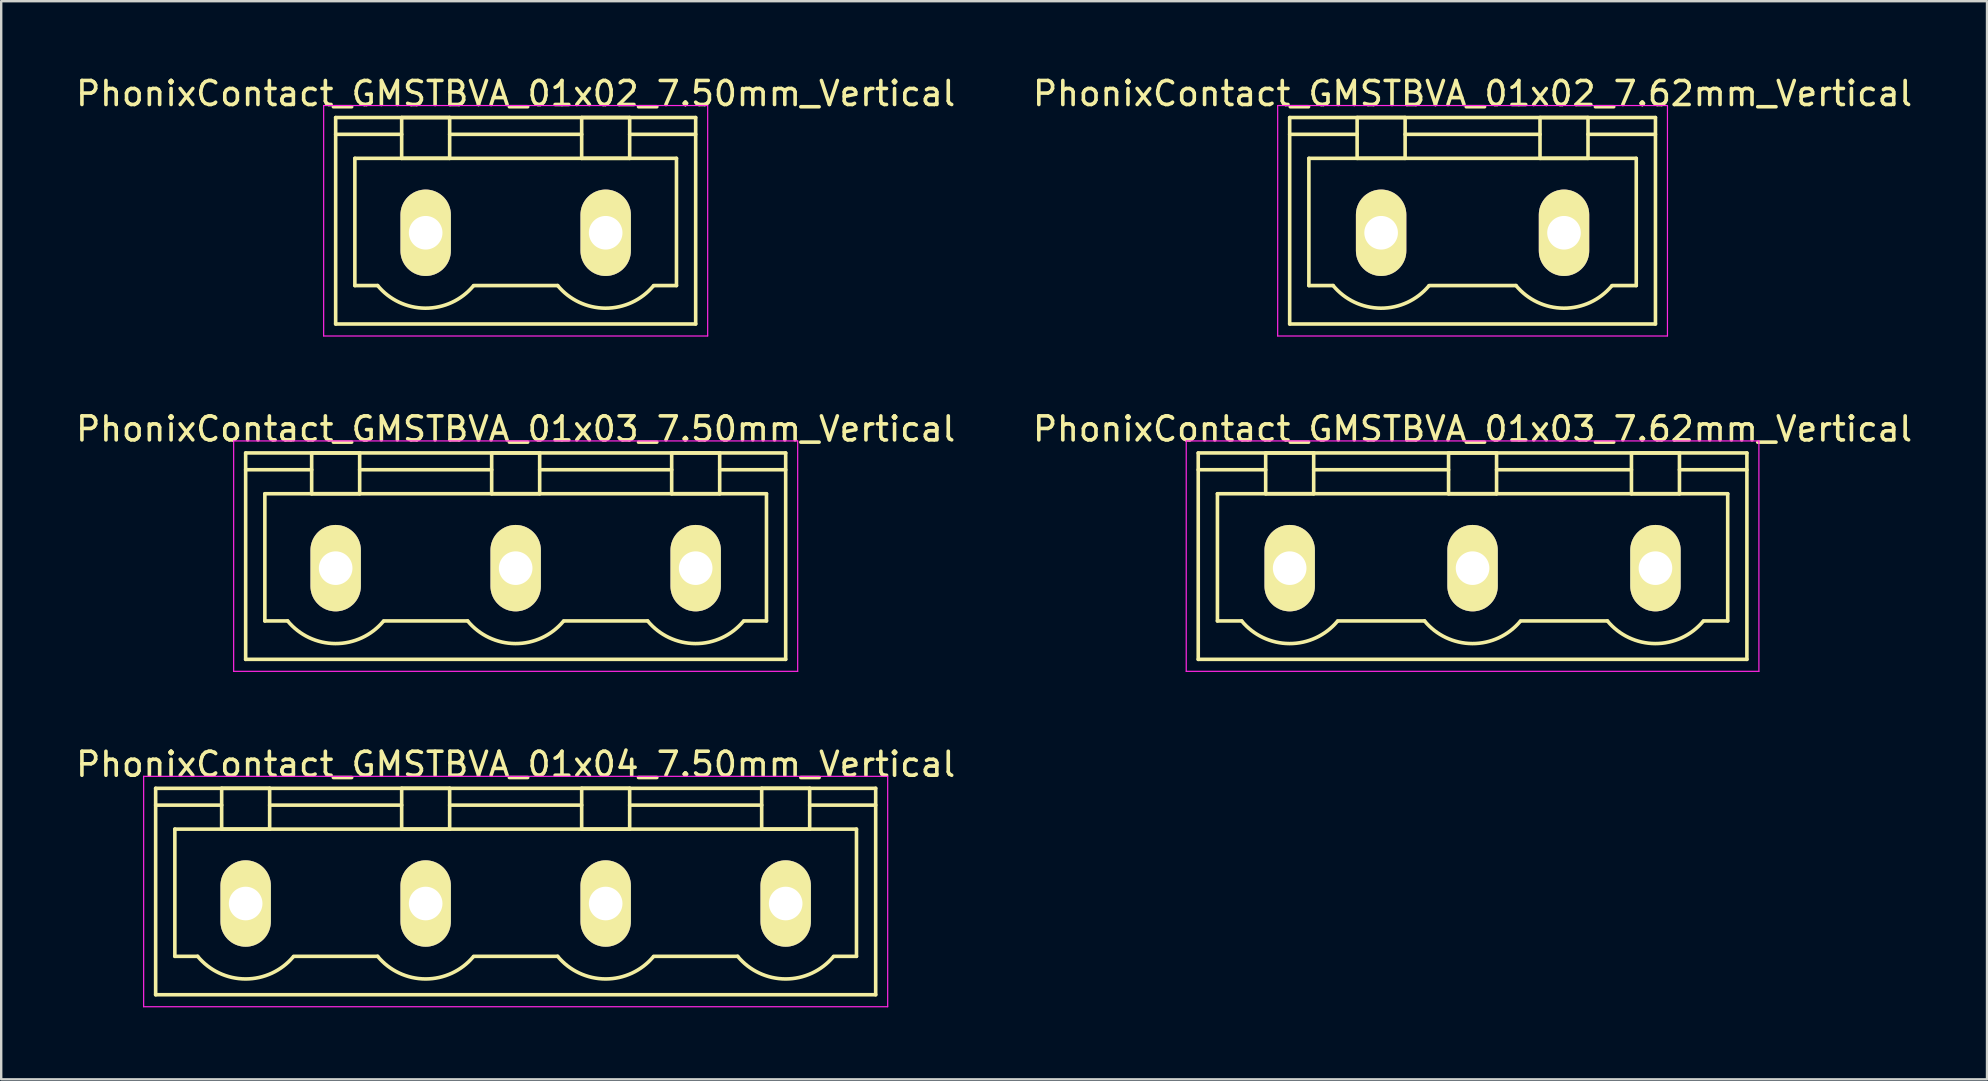
<source format=kicad_pcb>
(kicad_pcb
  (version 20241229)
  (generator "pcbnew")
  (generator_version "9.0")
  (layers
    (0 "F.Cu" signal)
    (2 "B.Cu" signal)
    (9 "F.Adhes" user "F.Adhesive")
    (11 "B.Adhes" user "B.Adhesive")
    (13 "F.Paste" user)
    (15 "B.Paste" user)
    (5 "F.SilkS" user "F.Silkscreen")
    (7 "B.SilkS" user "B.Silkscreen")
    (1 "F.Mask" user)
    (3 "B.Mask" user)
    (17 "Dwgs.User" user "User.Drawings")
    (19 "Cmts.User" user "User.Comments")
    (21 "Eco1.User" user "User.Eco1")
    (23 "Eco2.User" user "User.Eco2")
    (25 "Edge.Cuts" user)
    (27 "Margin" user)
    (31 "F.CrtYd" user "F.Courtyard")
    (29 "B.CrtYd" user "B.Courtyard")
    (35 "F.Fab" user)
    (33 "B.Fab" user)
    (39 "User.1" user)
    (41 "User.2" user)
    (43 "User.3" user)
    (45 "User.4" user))
  (footprint "PhonixContact_GMSTBVA_01x03_7.50mm_Vertical"
    (layer "F.Cu")
    (at 10.935 20.622)
    (property "Reference" "PhonixContact_GMSTBVA_01x03_7.50mm_Vertical" (at 7.5 -5.8 0) (layer "F.SilkS") (effects (font (size 1 1) (thickness 0.15))))
    (attr through_hole)
    (fp_line (start -3.75 -4.8) (end -3.75 3.8) (stroke (width 0.15) (type solid)) (layer "F.SilkS"))
    (fp_line (start -3.75 -4.1) (end -1 -4.1) (stroke (width 0.15) (type solid)) (layer "F.SilkS"))
    (fp_line (start -3.75 3.8) (end 18.75 3.8) (stroke (width 0.15) (type solid)) (layer "F.SilkS"))
    (fp_line (start -2.95 -3.1) (end 17.95 -3.1) (stroke (width 0.15) (type solid)) (layer "F.SilkS"))
    (fp_line (start -2.95 2.2) (end -2.95 -3.1) (stroke (width 0.15) (type solid)) (layer "F.SilkS"))
    (fp_line (start -2 2.2) (end -2.95 2.2) (stroke (width 0.15) (type solid)) (layer "F.SilkS"))
    (fp_line (start -1 -4.8) (end 1 -4.8) (stroke (width 0.15) (type solid)) (layer "F.SilkS"))
    (fp_line (start -1 -3.1) (end -1 -4.8) (stroke (width 0.15) (type solid)) (layer "F.SilkS"))
    (fp_line (start 1 -4.8) (end 1 -3.1) (stroke (width 0.15) (type solid)) (layer "F.SilkS"))
    (fp_line (start 1 -4.1) (end 6.5 -4.1) (stroke (width 0.15) (type solid)) (layer "F.SilkS"))
    (fp_line (start 1 -3.1) (end -1 -3.1) (stroke (width 0.15) (type solid)) (layer "F.SilkS"))
    (fp_line (start 2 2.2) (end 5.5 2.2) (stroke (width 0.15) (type solid)) (layer "F.SilkS"))
    (fp_line (start 6.5 -4.8) (end 8.5 -4.8) (stroke (width 0.15) (type solid)) (layer "F.SilkS"))
    (fp_line (start 6.5 -3.1) (end 6.5 -4.8) (stroke (width 0.15) (type solid)) (layer "F.SilkS"))
    (fp_line (start 8.5 -4.8) (end 8.5 -3.1) (stroke (width 0.15) (type solid)) (layer "F.SilkS"))
    (fp_line (start 8.5 -4.1) (end 14 -4.1) (stroke (width 0.15) (type solid)) (layer "F.SilkS"))
    (fp_line (start 8.5 -3.1) (end 6.5 -3.1) (stroke (width 0.15) (type solid)) (layer "F.SilkS"))
    (fp_line (start 9.5 2.2) (end 13 2.2) (stroke (width 0.15) (type solid)) (layer "F.SilkS"))
    (fp_line (start 14 -4.8) (end 16 -4.8) (stroke (width 0.15) (type solid)) (layer "F.SilkS"))
    (fp_line (start 14 -3.1) (end 14 -4.8) (stroke (width 0.15) (type solid)) (layer "F.SilkS"))
    (fp_line (start 16 -4.8) (end 16 -3.1) (stroke (width 0.15) (type solid)) (layer "F.SilkS"))
    (fp_line (start 16 -3.1) (end 14 -3.1) (stroke (width 0.15) (type solid)) (layer "F.SilkS"))
    (fp_line (start 17.95 -3.1) (end 17.95 2.2) (stroke (width 0.15) (type solid)) (layer "F.SilkS"))
    (fp_line (start 17.95 2.2) (end 17 2.2) (stroke (width 0.15) (type solid)) (layer "F.SilkS"))
    (fp_line (start 18.75 -4.8) (end -3.75 -4.8) (stroke (width 0.15) (type solid)) (layer "F.SilkS"))
    (fp_line (start 18.75 -4.1) (end 16 -4.1) (stroke (width 0.15) (type solid)) (layer "F.SilkS"))
    (fp_line (start 18.75 3.8) (end 18.75 -4.8) (stroke (width 0.15) (type solid)) (layer "F.SilkS"))
    (fp_arc (start 1.986842 2.215821) (mid -0.010289 3.142758) (end -2 2.2) (stroke (width 0.15) (type solid)) (layer "F.SilkS"))
    (fp_arc (start 9.486842 2.215821) (mid 7.489711 3.142758) (end 5.5 2.2) (stroke (width 0.15) (type solid)) (layer "F.SilkS"))
    (fp_arc (start 16.986842 2.215821) (mid 14.989711 3.142758) (end 13 2.2) (stroke (width 0.15) (type solid)) (layer "F.SilkS"))
    (fp_line (start -4.25 -5.3) (end -4.25 4.3) (stroke (width 0.05) (type solid)) (layer "F.CrtYd"))
    (fp_line (start -4.25 4.3) (end 19.25 4.3) (stroke (width 0.05) (type solid)) (layer "F.CrtYd"))
    (fp_line (start 19.25 -5.3) (end -4.25 -5.3) (stroke (width 0.05) (type solid)) (layer "F.CrtYd"))
    (fp_line (start 19.25 4.3) (end 19.25 -5.3) (stroke (width 0.05) (type solid)) (layer "F.CrtYd"))
    (pad "1" thru_hole oval (at 0 0) (size 2.1 3.6) (drill 1.4) (layers "*.Cu" "*.Mask" "F.SilkS"))
    (pad "2" thru_hole oval (at 7.5 0) (size 2.1 3.6) (drill 1.4) (layers "*.Cu" "*.Mask" "F.SilkS"))
    (pad "3" thru_hole oval (at 15 0) (size 2.1 3.6) (drill 1.4) (layers "*.Cu" "*.Mask" "F.SilkS")))
  (footprint "PhonixContact_GMSTBVA_01x04_7.50mm_Vertical"
    (layer "F.Cu")
    (at 7.185 34.595)
    (property "Reference" "PhonixContact_GMSTBVA_01x04_7.50mm_Vertical" (at 11.25 -5.8 0) (layer "F.SilkS") (effects (font (size 1 1) (thickness 0.15))))
    (attr through_hole)
    (fp_line (start -3.75 -4.8) (end -3.75 3.8) (stroke (width 0.15) (type solid)) (layer "F.SilkS"))
    (fp_line (start -3.75 -4.1) (end -1 -4.1) (stroke (width 0.15) (type solid)) (layer "F.SilkS"))
    (fp_line (start -3.75 3.8) (end 26.25 3.8) (stroke (width 0.15) (type solid)) (layer "F.SilkS"))
    (fp_line (start -2.95 -3.1) (end 25.45 -3.1) (stroke (width 0.15) (type solid)) (layer "F.SilkS"))
    (fp_line (start -2.95 2.2) (end -2.95 -3.1) (stroke (width 0.15) (type solid)) (layer "F.SilkS"))
    (fp_line (start -2 2.2) (end -2.95 2.2) (stroke (width 0.15) (type solid)) (layer "F.SilkS"))
    (fp_line (start -1 -4.8) (end 1 -4.8) (stroke (width 0.15) (type solid)) (layer "F.SilkS"))
    (fp_line (start -1 -3.1) (end -1 -4.8) (stroke (width 0.15) (type solid)) (layer "F.SilkS"))
    (fp_line (start 1 -4.8) (end 1 -3.1) (stroke (width 0.15) (type solid)) (layer "F.SilkS"))
    (fp_line (start 1 -4.1) (end 6.5 -4.1) (stroke (width 0.15) (type solid)) (layer "F.SilkS"))
    (fp_line (start 1 -3.1) (end -1 -3.1) (stroke (width 0.15) (type solid)) (layer "F.SilkS"))
    (fp_line (start 2 2.2) (end 5.5 2.2) (stroke (width 0.15) (type solid)) (layer "F.SilkS"))
    (fp_line (start 6.5 -4.8) (end 8.5 -4.8) (stroke (width 0.15) (type solid)) (layer "F.SilkS"))
    (fp_line (start 6.5 -3.1) (end 6.5 -4.8) (stroke (width 0.15) (type solid)) (layer "F.SilkS"))
    (fp_line (start 8.5 -4.8) (end 8.5 -3.1) (stroke (width 0.15) (type solid)) (layer "F.SilkS"))
    (fp_line (start 8.5 -4.1) (end 14 -4.1) (stroke (width 0.15) (type solid)) (layer "F.SilkS"))
    (fp_line (start 8.5 -3.1) (end 6.5 -3.1) (stroke (width 0.15) (type solid)) (layer "F.SilkS"))
    (fp_line (start 9.5 2.2) (end 13 2.2) (stroke (width 0.15) (type solid)) (layer "F.SilkS"))
    (fp_line (start 14 -4.8) (end 16 -4.8) (stroke (width 0.15) (type solid)) (layer "F.SilkS"))
    (fp_line (start 14 -3.1) (end 14 -4.8) (stroke (width 0.15) (type solid)) (layer "F.SilkS"))
    (fp_line (start 16 -4.8) (end 16 -3.1) (stroke (width 0.15) (type solid)) (layer "F.SilkS"))
    (fp_line (start 16 -4.1) (end 21.5 -4.1) (stroke (width 0.15) (type solid)) (layer "F.SilkS"))
    (fp_line (start 16 -3.1) (end 14 -3.1) (stroke (width 0.15) (type solid)) (layer "F.SilkS"))
    (fp_line (start 17 2.2) (end 20.5 2.2) (stroke (width 0.15) (type solid)) (layer "F.SilkS"))
    (fp_line (start 21.5 -4.8) (end 23.5 -4.8) (stroke (width 0.15) (type solid)) (layer "F.SilkS"))
    (fp_line (start 21.5 -3.1) (end 21.5 -4.8) (stroke (width 0.15) (type solid)) (layer "F.SilkS"))
    (fp_line (start 23.5 -4.8) (end 23.5 -3.1) (stroke (width 0.15) (type solid)) (layer "F.SilkS"))
    (fp_line (start 23.5 -3.1) (end 21.5 -3.1) (stroke (width 0.15) (type solid)) (layer "F.SilkS"))
    (fp_line (start 25.45 -3.1) (end 25.45 2.2) (stroke (width 0.15) (type solid)) (layer "F.SilkS"))
    (fp_line (start 25.45 2.2) (end 24.5 2.2) (stroke (width 0.15) (type solid)) (layer "F.SilkS"))
    (fp_line (start 26.25 -4.8) (end -3.75 -4.8) (stroke (width 0.15) (type solid)) (layer "F.SilkS"))
    (fp_line (start 26.25 -4.1) (end 23.5 -4.1) (stroke (width 0.15) (type solid)) (layer "F.SilkS"))
    (fp_line (start 26.25 3.8) (end 26.25 -4.8) (stroke (width 0.15) (type solid)) (layer "F.SilkS"))
    (fp_arc (start 1.986842 2.215821) (mid -0.010289 3.142758) (end -2 2.2) (stroke (width 0.15) (type solid)) (layer "F.SilkS"))
    (fp_arc (start 9.486842 2.215821) (mid 7.489711 3.142758) (end 5.5 2.2) (stroke (width 0.15) (type solid)) (layer "F.SilkS"))
    (fp_arc (start 16.986842 2.215821) (mid 14.989711 3.142758) (end 13 2.2) (stroke (width 0.15) (type solid)) (layer "F.SilkS"))
    (fp_arc (start 24.486842 2.215821) (mid 22.489711 3.142758) (end 20.5 2.2) (stroke (width 0.15) (type solid)) (layer "F.SilkS"))
    (fp_line (start -4.25 -5.3) (end -4.25 4.3) (stroke (width 0.05) (type solid)) (layer "F.CrtYd"))
    (fp_line (start -4.25 4.3) (end 26.75 4.3) (stroke (width 0.05) (type solid)) (layer "F.CrtYd"))
    (fp_line (start 26.75 -5.3) (end -4.25 -5.3) (stroke (width 0.05) (type solid)) (layer "F.CrtYd"))
    (fp_line (start 26.75 4.3) (end 26.75 -5.3) (stroke (width 0.05) (type solid)) (layer "F.CrtYd"))
    (pad "1" thru_hole oval (at 0 0) (size 2.1 3.6) (drill 1.4) (layers "*.Cu" "*.Mask" "F.SilkS"))
    (pad "2" thru_hole oval (at 7.5 0) (size 2.1 3.6) (drill 1.4) (layers "*.Cu" "*.Mask" "F.SilkS"))
    (pad "3" thru_hole oval (at 15 0) (size 2.1 3.6) (drill 1.4) (layers "*.Cu" "*.Mask" "F.SilkS"))
    (pad "4" thru_hole oval (at 22.5 0) (size 2.1 3.6) (drill 1.4) (layers "*.Cu" "*.Mask" "F.SilkS")))
  (footprint "PhonixContact_GMSTBVA_01x03_7.62mm_Vertical"
    (layer "F.Cu")
    (at 50.684 20.622)
    (property "Reference" "PhonixContact_GMSTBVA_01x03_7.62mm_Vertical" (at 7.62 -5.8 0) (layer "F.SilkS") (effects (font (size 1 1) (thickness 0.15))))
    (attr through_hole)
    (fp_line (start -3.81 -4.8) (end -3.81 3.8) (stroke (width 0.15) (type solid)) (layer "F.SilkS"))
    (fp_line (start -3.81 -4.1) (end -1 -4.1) (stroke (width 0.15) (type solid)) (layer "F.SilkS"))
    (fp_line (start -3.81 3.8) (end 19.05 3.8) (stroke (width 0.15) (type solid)) (layer "F.SilkS"))
    (fp_line (start -3.01 -3.1) (end 18.25 -3.1) (stroke (width 0.15) (type solid)) (layer "F.SilkS"))
    (fp_line (start -3.01 2.2) (end -3.01 -3.1) (stroke (width 0.15) (type solid)) (layer "F.SilkS"))
    (fp_line (start -2 2.2) (end -3.01 2.2) (stroke (width 0.15) (type solid)) (layer "F.SilkS"))
    (fp_line (start -1 -4.8) (end 1 -4.8) (stroke (width 0.15) (type solid)) (layer "F.SilkS"))
    (fp_line (start -1 -3.1) (end -1 -4.8) (stroke (width 0.15) (type solid)) (layer "F.SilkS"))
    (fp_line (start 1 -4.8) (end 1 -3.1) (stroke (width 0.15) (type solid)) (layer "F.SilkS"))
    (fp_line (start 1 -4.1) (end 6.62 -4.1) (stroke (width 0.15) (type solid)) (layer "F.SilkS"))
    (fp_line (start 1 -3.1) (end -1 -3.1) (stroke (width 0.15) (type solid)) (layer "F.SilkS"))
    (fp_line (start 2 2.2) (end 5.62 2.2) (stroke (width 0.15) (type solid)) (layer "F.SilkS"))
    (fp_line (start 6.62 -4.8) (end 8.62 -4.8) (stroke (width 0.15) (type solid)) (layer "F.SilkS"))
    (fp_line (start 6.62 -3.1) (end 6.62 -4.8) (stroke (width 0.15) (type solid)) (layer "F.SilkS"))
    (fp_line (start 8.62 -4.8) (end 8.62 -3.1) (stroke (width 0.15) (type solid)) (layer "F.SilkS"))
    (fp_line (start 8.62 -4.1) (end 14.24 -4.1) (stroke (width 0.15) (type solid)) (layer "F.SilkS"))
    (fp_line (start 8.62 -3.1) (end 6.62 -3.1) (stroke (width 0.15) (type solid)) (layer "F.SilkS"))
    (fp_line (start 9.62 2.2) (end 13.24 2.2) (stroke (width 0.15) (type solid)) (layer "F.SilkS"))
    (fp_line (start 14.24 -4.8) (end 16.24 -4.8) (stroke (width 0.15) (type solid)) (layer "F.SilkS"))
    (fp_line (start 14.24 -3.1) (end 14.24 -4.8) (stroke (width 0.15) (type solid)) (layer "F.SilkS"))
    (fp_line (start 16.24 -4.8) (end 16.24 -3.1) (stroke (width 0.15) (type solid)) (layer "F.SilkS"))
    (fp_line (start 16.24 -3.1) (end 14.24 -3.1) (stroke (width 0.15) (type solid)) (layer "F.SilkS"))
    (fp_line (start 18.25 -3.1) (end 18.25 2.2) (stroke (width 0.15) (type solid)) (layer "F.SilkS"))
    (fp_line (start 18.25 2.2) (end 17.24 2.2) (stroke (width 0.15) (type solid)) (layer "F.SilkS"))
    (fp_line (start 19.05 -4.8) (end -3.81 -4.8) (stroke (width 0.15) (type solid)) (layer "F.SilkS"))
    (fp_line (start 19.05 -4.1) (end 16.24 -4.1) (stroke (width 0.15) (type solid)) (layer "F.SilkS"))
    (fp_line (start 19.05 3.8) (end 19.05 -4.8) (stroke (width 0.15) (type solid)) (layer "F.SilkS"))
    (fp_arc (start 1.986842 2.215821) (mid -0.010289 3.142758) (end -2 2.2) (stroke (width 0.15) (type solid)) (layer "F.SilkS"))
    (fp_arc (start 9.606842 2.215821) (mid 7.609711 3.142758) (end 5.62 2.2) (stroke (width 0.15) (type solid)) (layer "F.SilkS"))
    (fp_arc (start 17.226842 2.215821) (mid 15.229711 3.142758) (end 13.24 2.2) (stroke (width 0.15) (type solid)) (layer "F.SilkS"))
    (fp_line (start -4.31 -5.3) (end -4.31 4.3) (stroke (width 0.05) (type solid)) (layer "F.CrtYd"))
    (fp_line (start -4.31 4.3) (end 19.55 4.3) (stroke (width 0.05) (type solid)) (layer "F.CrtYd"))
    (fp_line (start 19.55 -5.3) (end -4.31 -5.3) (stroke (width 0.05) (type solid)) (layer "F.CrtYd"))
    (fp_line (start 19.55 4.3) (end 19.55 -5.3) (stroke (width 0.05) (type solid)) (layer "F.CrtYd"))
    (pad "1" thru_hole oval (at 0 0) (size 2.1 3.6) (drill 1.4) (layers "*.Cu" "*.Mask" "F.SilkS"))
    (pad "2" thru_hole oval (at 7.62 0) (size 2.1 3.6) (drill 1.4) (layers "*.Cu" "*.Mask" "F.SilkS"))
    (pad "3" thru_hole oval (at 15.24 0) (size 2.1 3.6) (drill 1.4) (layers "*.Cu" "*.Mask" "F.SilkS")))
  (footprint "PhonixContact_GMSTBVA_01x02_7.62mm_Vertical"
    (layer "F.Cu")
    (at 54.494 6.648)
    (property "Reference" "PhonixContact_GMSTBVA_01x02_7.62mm_Vertical" (at 3.81 -5.8 0) (layer "F.SilkS") (effects (font (size 1 1) (thickness 0.15))))
    (attr through_hole)
    (fp_line (start -3.81 -4.8) (end -3.81 3.8) (stroke (width 0.15) (type solid)) (layer "F.SilkS"))
    (fp_line (start -3.81 -4.1) (end -1 -4.1) (stroke (width 0.15) (type solid)) (layer "F.SilkS"))
    (fp_line (start -3.81 3.8) (end 11.43 3.8) (stroke (width 0.15) (type solid)) (layer "F.SilkS"))
    (fp_line (start -3.01 -3.1) (end 10.63 -3.1) (stroke (width 0.15) (type solid)) (layer "F.SilkS"))
    (fp_line (start -3.01 2.2) (end -3.01 -3.1) (stroke (width 0.15) (type solid)) (layer "F.SilkS"))
    (fp_line (start -2 2.2) (end -3.01 2.2) (stroke (width 0.15) (type solid)) (layer "F.SilkS"))
    (fp_line (start -1 -4.8) (end 1 -4.8) (stroke (width 0.15) (type solid)) (layer "F.SilkS"))
    (fp_line (start -1 -3.1) (end -1 -4.8) (stroke (width 0.15) (type solid)) (layer "F.SilkS"))
    (fp_line (start 1 -4.8) (end 1 -3.1) (stroke (width 0.15) (type solid)) (layer "F.SilkS"))
    (fp_line (start 1 -4.1) (end 6.62 -4.1) (stroke (width 0.15) (type solid)) (layer "F.SilkS"))
    (fp_line (start 1 -3.1) (end -1 -3.1) (stroke (width 0.15) (type solid)) (layer "F.SilkS"))
    (fp_line (start 2 2.2) (end 5.62 2.2) (stroke (width 0.15) (type solid)) (layer "F.SilkS"))
    (fp_line (start 6.62 -4.8) (end 8.62 -4.8) (stroke (width 0.15) (type solid)) (layer "F.SilkS"))
    (fp_line (start 6.62 -3.1) (end 6.62 -4.8) (stroke (width 0.15) (type solid)) (layer "F.SilkS"))
    (fp_line (start 8.62 -4.8) (end 8.62 -3.1) (stroke (width 0.15) (type solid)) (layer "F.SilkS"))
    (fp_line (start 8.62 -3.1) (end 6.62 -3.1) (stroke (width 0.15) (type solid)) (layer "F.SilkS"))
    (fp_line (start 10.63 -3.1) (end 10.63 2.2) (stroke (width 0.15) (type solid)) (layer "F.SilkS"))
    (fp_line (start 10.63 2.2) (end 9.62 2.2) (stroke (width 0.15) (type solid)) (layer "F.SilkS"))
    (fp_line (start 11.43 -4.8) (end -3.81 -4.8) (stroke (width 0.15) (type solid)) (layer "F.SilkS"))
    (fp_line (start 11.43 -4.1) (end 8.62 -4.1) (stroke (width 0.15) (type solid)) (layer "F.SilkS"))
    (fp_line (start 11.43 3.8) (end 11.43 -4.8) (stroke (width 0.15) (type solid)) (layer "F.SilkS"))
    (fp_arc (start 1.986842 2.215821) (mid -0.010289 3.142758) (end -2 2.2) (stroke (width 0.15) (type solid)) (layer "F.SilkS"))
    (fp_arc (start 9.606842 2.215821) (mid 7.609711 3.142758) (end 5.62 2.2) (stroke (width 0.15) (type solid)) (layer "F.SilkS"))
    (fp_line (start -4.31 -5.3) (end -4.31 4.3) (stroke (width 0.05) (type solid)) (layer "F.CrtYd"))
    (fp_line (start -4.31 4.3) (end 11.93 4.3) (stroke (width 0.05) (type solid)) (layer "F.CrtYd"))
    (fp_line (start 11.93 -5.3) (end -4.31 -5.3) (stroke (width 0.05) (type solid)) (layer "F.CrtYd"))
    (fp_line (start 11.93 4.3) (end 11.93 -5.3) (stroke (width 0.05) (type solid)) (layer "F.CrtYd"))
    (pad "1" thru_hole oval (at 0 0) (size 2.1 3.6) (drill 1.4) (layers "*.Cu" "*.Mask" "F.SilkS"))
    (pad "2" thru_hole oval (at 7.62 0) (size 2.1 3.6) (drill 1.4) (layers "*.Cu" "*.Mask" "F.SilkS")))
  (footprint "PhonixContact_GMSTBVA_01x02_7.50mm_Vertical"
    (layer "F.Cu")
    (at 14.685 6.648)
    (property "Reference" "PhonixContact_GMSTBVA_01x02_7.50mm_Vertical" (at 3.75 -5.8 0) (layer "F.SilkS") (effects (font (size 1 1) (thickness 0.15))))
    (attr through_hole)
    (fp_line (start -3.75 -4.8) (end -3.75 3.8) (stroke (width 0.15) (type solid)) (layer "F.SilkS"))
    (fp_line (start -3.75 -4.1) (end -1 -4.1) (stroke (width 0.15) (type solid)) (layer "F.SilkS"))
    (fp_line (start -3.75 3.8) (end 11.25 3.8) (stroke (width 0.15) (type solid)) (layer "F.SilkS"))
    (fp_line (start -2.95 -3.1) (end 10.45 -3.1) (stroke (width 0.15) (type solid)) (layer "F.SilkS"))
    (fp_line (start -2.95 2.2) (end -2.95 -3.1) (stroke (width 0.15) (type solid)) (layer "F.SilkS"))
    (fp_line (start -2 2.2) (end -2.95 2.2) (stroke (width 0.15) (type solid)) (layer "F.SilkS"))
    (fp_line (start -1 -4.8) (end 1 -4.8) (stroke (width 0.15) (type solid)) (layer "F.SilkS"))
    (fp_line (start -1 -3.1) (end -1 -4.8) (stroke (width 0.15) (type solid)) (layer "F.SilkS"))
    (fp_line (start 1 -4.8) (end 1 -3.1) (stroke (width 0.15) (type solid)) (layer "F.SilkS"))
    (fp_line (start 1 -4.1) (end 6.5 -4.1) (stroke (width 0.15) (type solid)) (layer "F.SilkS"))
    (fp_line (start 1 -3.1) (end -1 -3.1) (stroke (width 0.15) (type solid)) (layer "F.SilkS"))
    (fp_line (start 2 2.2) (end 5.5 2.2) (stroke (width 0.15) (type solid)) (layer "F.SilkS"))
    (fp_line (start 6.5 -4.8) (end 8.5 -4.8) (stroke (width 0.15) (type solid)) (layer "F.SilkS"))
    (fp_line (start 6.5 -3.1) (end 6.5 -4.8) (stroke (width 0.15) (type solid)) (layer "F.SilkS"))
    (fp_line (start 8.5 -4.8) (end 8.5 -3.1) (stroke (width 0.15) (type solid)) (layer "F.SilkS"))
    (fp_line (start 8.5 -3.1) (end 6.5 -3.1) (stroke (width 0.15) (type solid)) (layer "F.SilkS"))
    (fp_line (start 10.45 -3.1) (end 10.45 2.2) (stroke (width 0.15) (type solid)) (layer "F.SilkS"))
    (fp_line (start 10.45 2.2) (end 9.5 2.2) (stroke (width 0.15) (type solid)) (layer "F.SilkS"))
    (fp_line (start 11.25 -4.8) (end -3.75 -4.8) (stroke (width 0.15) (type solid)) (layer "F.SilkS"))
    (fp_line (start 11.25 -4.1) (end 8.5 -4.1) (stroke (width 0.15) (type solid)) (layer "F.SilkS"))
    (fp_line (start 11.25 3.8) (end 11.25 -4.8) (stroke (width 0.15) (type solid)) (layer "F.SilkS"))
    (fp_arc (start 1.986842 2.215821) (mid -0.010289 3.142758) (end -2 2.2) (stroke (width 0.15) (type solid)) (layer "F.SilkS"))
    (fp_arc (start 9.486842 2.215821) (mid 7.489711 3.142758) (end 5.5 2.2) (stroke (width 0.15) (type solid)) (layer "F.SilkS"))
    (fp_line (start -4.25 -5.3) (end -4.25 4.3) (stroke (width 0.05) (type solid)) (layer "F.CrtYd"))
    (fp_line (start -4.25 4.3) (end 11.75 4.3) (stroke (width 0.05) (type solid)) (layer "F.CrtYd"))
    (fp_line (start 11.75 -5.3) (end -4.25 -5.3) (stroke (width 0.05) (type solid)) (layer "F.CrtYd"))
    (fp_line (start 11.75 4.3) (end 11.75 -5.3) (stroke (width 0.05) (type solid)) (layer "F.CrtYd"))
    (pad "1" thru_hole oval (at 0 0) (size 2.1 3.6) (drill 1.4) (layers "*.Cu" "*.Mask" "F.SilkS"))
    (pad "2" thru_hole oval (at 7.5 0) (size 2.1 3.6) (drill 1.4) (layers "*.Cu" "*.Mask" "F.SilkS")))
  (gr_rect
    (start -3 -3)
    (end 79.738 41.92)
    (stroke (width 0.1) (type default))
    (fill no)
    (layer "Edge.Cuts")))
</source>
